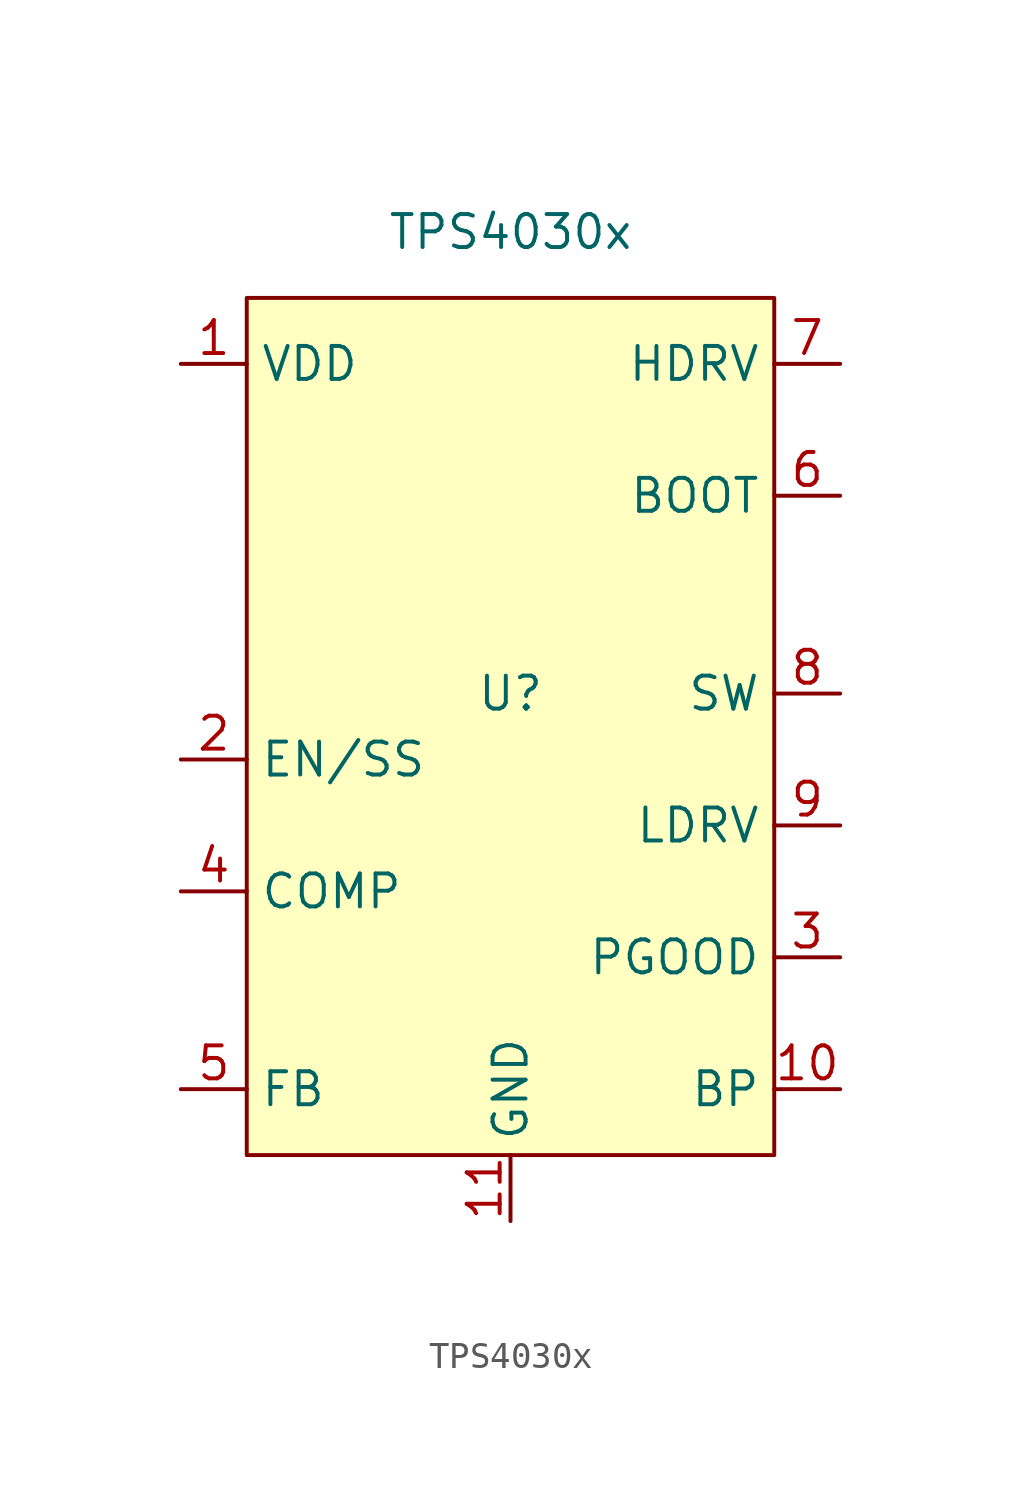
<source format=kicad_sym>
(kicad_symbol_lib
  (version 20220914)
  (generator kicad_symbol_editor)
  (symbol "TPS4030x"
    (property "Reference" "U"
      (at 0 0 0)
      (do_not_autoplace)
      (effects (font (size 1.27 1.27))))
    (property "Value" "TPS4030x"
      (at 0 17.78 0)
      (do_not_autoplace)
      (effects (font (size 1.27 1.27))))
    (symbol "TPS4030x_0_1"
      (rectangle (start -10.16 15.24) (end 10.16 -17.78) (stroke (width 0.152) (type default)) (fill (type background))))
    (symbol "TPS4030x_1_1"
      (pin input line (at -12.7 12.7 0) (length 2.54) (name "VDD" (effects (font (size 1.27 1.27)))) (number "1" (effects (font (size 1.27 1.27)))))
      (pin input line (at 12.7 -15.24 180) (length 2.54) (name "BP" (effects (font (size 1.27 1.27)))) (number "10" (effects (font (size 1.27 1.27)))))
      (pin input line (at 0 -20.32 90) (length 2.54) (name "GND" (effects (font (size 1.27 1.27)))) (number "11" (effects (font (size 1.27 1.27)))))
      (pin input line (at -12.7 -2.54 0) (length 2.54) (name "EN/SS" (effects (font (size 1.27 1.27)))) (number "2" (effects (font (size 1.27 1.27)))))
      (pin input line (at 12.7 -10.16 180) (length 2.54) (name "PGOOD" (effects (font (size 1.27 1.27)))) (number "3" (effects (font (size 1.27 1.27)))))
      (pin input line (at -12.7 -7.62 0) (length 2.54) (name "COMP" (effects (font (size 1.27 1.27)))) (number "4" (effects (font (size 1.27 1.27)))))
      (pin input line (at -12.7 -15.24 0) (length 2.54) (name "FB" (effects (font (size 1.27 1.27)))) (number "5" (effects (font (size 1.27 1.27)))))
      (pin input line (at 12.7 7.62 180) (length 2.54) (name "BOOT" (effects (font (size 1.27 1.27)))) (number "6" (effects (font (size 1.27 1.27)))))
      (pin input line (at 12.7 12.7 180) (length 2.54) (name "HDRV" (effects (font (size 1.27 1.27)))) (number "7" (effects (font (size 1.27 1.27)))))
      (pin input line (at 12.7 0 180) (length 2.54) (name "SW" (effects (font (size 1.27 1.27)))) (number "8" (effects (font (size 1.27 1.27)))))
      (pin input line (at 12.7 -5.08 180) (length 2.54) (name "LDRV" (effects (font (size 1.27 1.27)))) (number "9" (effects (font (size 1.27 1.27))))))))
</source>
